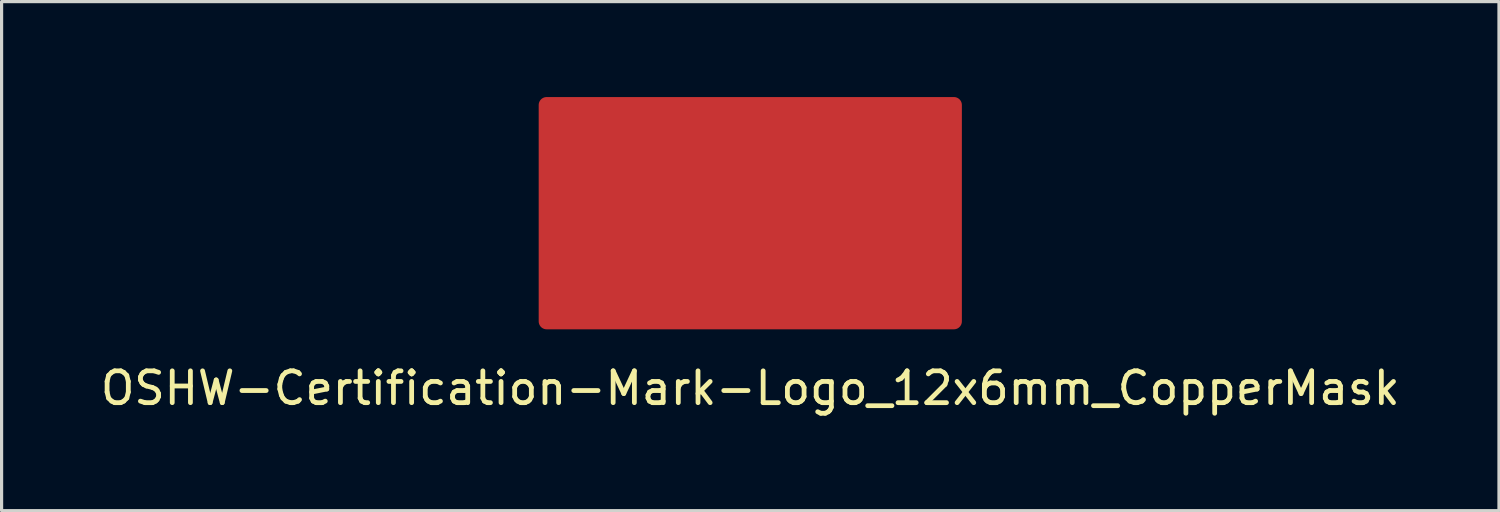
<source format=kicad_pcb>
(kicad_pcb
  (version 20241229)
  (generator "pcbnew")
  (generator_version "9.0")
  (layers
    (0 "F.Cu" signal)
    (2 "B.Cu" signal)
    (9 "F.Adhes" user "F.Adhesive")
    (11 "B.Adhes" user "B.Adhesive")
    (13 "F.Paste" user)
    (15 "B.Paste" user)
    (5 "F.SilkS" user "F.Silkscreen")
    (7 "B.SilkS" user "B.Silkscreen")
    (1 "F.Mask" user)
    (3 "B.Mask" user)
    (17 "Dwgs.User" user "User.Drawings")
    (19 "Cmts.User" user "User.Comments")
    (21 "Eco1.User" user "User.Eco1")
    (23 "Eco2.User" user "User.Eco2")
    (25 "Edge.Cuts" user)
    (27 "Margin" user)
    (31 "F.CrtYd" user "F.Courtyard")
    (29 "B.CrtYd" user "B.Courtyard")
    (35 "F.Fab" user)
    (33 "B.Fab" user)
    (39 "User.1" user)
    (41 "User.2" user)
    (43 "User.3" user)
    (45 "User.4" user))
  (footprint "OSHW-Certification-Mark-Logo_12x6mm_CopperMask"
    (layer "F.Cu")
    (at 20.53 3.45)
    (property "Reference" "OSHW-Certification-Mark-Logo_12x6mm_CopperMask" (at 0 5.7 0) (unlocked yes) (layer "F.SilkS") (effects (font (size 1 1) (thickness 0.15))))
    (attr board_only exclude_from_pos_files exclude_from_bom allow_missing_courtyard)
    (fp_rect (start -6.4 -3.2) (end 6.4 3.6) (stroke (width 0.5) (type solid)) (fill yes) (layer "F.Cu"))
    (fp_poly (pts (xy -2.783 0.429) (xy -2.783 0.429) (xy -2.783 0.429)) (stroke (width 0) (type solid)) (fill yes) (layer "F.Mask"))
    (fp_poly (pts (xy 6 3.137) (xy -6 3.137) (xy -6 -2.398) (xy -6 -2.398) (xy 3.868 -2.398) (xy 3.868 -1.91) (xy -5.512 -1.91) (xy -5.512 2.649) (xy 5.512 2.649) (xy 5.522 -2.398) (xy 6 -2.398)) (stroke (width 0) (type solid)) (fill yes) (layer "F.Mask"))
    (fp_poly (pts (xy 0.435 0.17) (xy 1.489 0.17) (xy 1.489 -0.997) (xy 1.876 -0.997) (xy 1.876 1.849) (xy 1.489 1.849) (xy 1.489 0.494) (xy 0.435 0.494) (xy 0.435 1.849) (xy 0.048 1.849) (xy 0.048 -0.997) (xy 0.435 -0.997)) (stroke (width 0) (type solid)) (fill yes) (layer "F.Mask"))
    (fp_poly (pts (xy 4.061 1.849) (xy 3.696 1.849) (xy 3.31 0.158) (xy 2.925 1.849) (xy 2.56 1.849) (xy 2.135 -0.997) (xy 2.511 -0.997) (xy 2.783 1.313) (xy 3.108 -0.215) (xy 3.51 -0.215) (xy 3.838 1.317) (xy 4.761 -3.111) (xy 5.136 -3.111)) (stroke (width 0) (type solid)) (fill yes) (layer "F.Mask"))
    (fp_poly (pts (xy -3.676 -1.047) (xy -3.619 -1.042) (xy -3.563 -1.035) (xy -3.51 -1.025) (xy -3.458 -1.012) (xy -3.409 -0.997) (xy -3.361 -0.978) (xy -3.315 -0.957) (xy -3.271 -0.932) (xy -3.23 -0.905) (xy -3.19 -0.875) (xy -3.152 -0.842) (xy -3.116 -0.807) (xy -3.081 -0.768) (xy -3.049 -0.727) (xy -3.019 -0.682) (xy -2.99 -0.635) (xy -2.963 -0.585) (xy -2.939 -0.532) (xy -2.915 -0.476) (xy -2.894 -0.416) (xy -2.875 -0.354) (xy -2.857 -0.289) (xy -2.842 -0.221) (xy -2.828 -0.151) (xy -2.816 -0.077) (xy -2.806 0.0002) (xy -2.797 0.08) (xy -2.791 0.163) (xy -2.786 0.249) (xy -2.783 0.337) (xy -2.783 0.429) (xy -2.783 0.52) (xy -2.786 0.609) (xy -2.791 0.694) (xy -2.797 0.777) (xy -2.806 0.857) (xy -2.816 0.933) (xy -2.828 1.007) (xy -2.842 1.078) (xy -2.857 1.146) (xy -2.875 1.211) (xy -2.894 1.273) (xy -2.915 1.332) (xy -2.939 1.388) (xy -2.963 1.441) (xy -2.99 1.491) (xy -3.019 1.538) (xy -3.034 1.561) (xy -3.049 1.583) (xy -3.065 1.604) (xy -3.081 1.624) (xy -3.098 1.644) (xy -3.116 1.663) (xy -3.133 1.681) (xy -3.152 1.698) (xy -3.17 1.715) (xy -3.19 1.731) (xy -3.209 1.747) (xy -3.23 1.761) (xy -3.25 1.775) (xy -3.271 1.788) (xy -3.293 1.801) (xy -3.315 1.813) (xy -3.338 1.824) (xy -3.361 1.834) (xy -3.385 1.844) (xy -3.409 1.853) (xy -3.433 1.861) (xy -3.458 1.868) (xy -3.484 1.875) (xy -3.51 1.881) (xy -3.536 1.887) (xy -3.563 1.891) (xy -3.619 1.898) (xy -3.676 1.903) (xy -3.736 1.904) (xy -3.795 1.903) (xy -3.852 1.899) (xy -3.908 1.891) (xy -3.961 1.881) (xy -4.013 1.869) (xy -4.062 1.853) (xy -4.11 1.835) (xy -4.156 1.813) (xy -4.2 1.789) (xy -4.242 1.762) (xy -4.282 1.732) (xy -4.32 1.699) (xy -4.356 1.664) (xy -4.39 1.625) (xy -4.422 1.584) (xy -4.452 1.54) (xy -4.481 1.493) (xy -4.507 1.443) (xy -4.532 1.39) (xy -4.555 1.334) (xy -4.576 1.275) (xy -4.595 1.213) (xy -4.612 1.148) (xy -4.628 1.08) (xy -4.642 1.009) (xy -4.654 0.935) (xy -4.664 0.858) (xy -4.672 0.779) (xy -4.678 0.696) (xy -4.683 0.61) (xy -4.686 0.521) (xy -4.687 0.429) (xy -4.284 0.429) (xy -4.282 0.58) (xy -4.277 0.719) (xy -4.267 0.848) (xy -4.253 0.965) (xy -4.244 1.019) (xy -4.235 1.071) (xy -4.224 1.12) (xy -4.213 1.166) (xy -4.2 1.21) (xy -4.187 1.25) (xy -4.172 1.288) (xy -4.157 1.323) (xy -4.14 1.355) (xy -4.131 1.371) (xy -4.122 1.386) (xy -4.112 1.4) (xy -4.102 1.414) (xy -4.092 1.428) (xy -4.082 1.44) (xy -4.071 1.453) (xy -4.06 1.465) (xy -4.049 1.476) (xy -4.037 1.487) (xy -4.025 1.497) (xy -4.012 1.507) (xy -4 1.516) (xy -3.987 1.524) (xy -3.973 1.533) (xy -3.96 1.54) (xy -3.946 1.547) (xy -3.931 1.554) (xy -3.917 1.56) (xy -3.902 1.565) (xy -3.887 1.57) (xy -3.871 1.575) (xy -3.855 1.579) (xy -3.839 1.582) (xy -3.823 1.585) (xy -3.806 1.587) (xy -3.789 1.589) (xy -3.771 1.591) (xy -3.736 1.592) (xy -3.7 1.591) (xy -3.665 1.587) (xy -3.631 1.582) (xy -3.599 1.575) (xy -3.568 1.566) (xy -3.539 1.554) (xy -3.51 1.541) (xy -3.483 1.525) (xy -3.458 1.507) (xy -3.433 1.487) (xy -3.41 1.465) (xy -3.389 1.441) (xy -3.368 1.415) (xy -3.349 1.387) (xy -3.331 1.357) (xy -3.314 1.325) (xy -3.299 1.29) (xy -3.284 1.252) (xy -3.27 1.211) (xy -3.258 1.168) (xy -3.246 1.122) (xy -3.235 1.073) (xy -3.226 1.021) (xy -3.217 0.966) (xy -3.21 0.909) (xy -3.203 0.849) (xy -3.197 0.786) (xy -3.193 0.72) (xy -3.189 0.651) (xy -3.187 0.58) (xy -3.185 0.506) (xy -3.185 0.429) (xy -3.187 0.278) (xy -3.193 0.138) (xy -3.203 0.009) (xy -3.217 -0.109) (xy -3.226 -0.163) (xy -3.235 -0.215) (xy -3.246 -0.264) (xy -3.258 -0.31) (xy -3.27 -0.354) (xy -3.284 -0.394) (xy -3.299 -0.432) (xy -3.314 -0.467) (xy -3.331 -0.499) (xy -3.34 -0.515) (xy -3.349 -0.53) (xy -3.358 -0.544) (xy -3.368 -0.558) (xy -3.378 -0.572) (xy -3.389 -0.584) (xy -3.399 -0.597) (xy -3.41 -0.609) (xy -3.422 -0.62) (xy -3.433 -0.631) (xy -3.445 -0.641) (xy -3.458 -0.651) (xy -3.47 -0.66) (xy -3.483 -0.668) (xy -3.497 -0.677) (xy -3.51 -0.684) (xy -3.524 -0.691) (xy -3.539 -0.698) (xy -3.553 -0.704) (xy -3.568 -0.709) (xy -3.584 -0.714) (xy -3.599 -0.719) (xy -3.615 -0.723) (xy -3.631 -0.726) (xy -3.648 -0.729) (xy -3.665 -0.731) (xy -3.682 -0.733) (xy -3.7 -0.735) (xy -3.736 -0.736) (xy -3.771 -0.735) (xy -3.806 -0.731) (xy -3.839 -0.726) (xy -3.871 -0.719) (xy -3.902 -0.709) (xy -3.931 -0.698) (xy -3.96 -0.684) (xy -3.987 -0.668) (xy -4.012 -0.651) (xy -4.037 -0.631) (xy -4.06 -0.609) (xy -4.082 -0.584) (xy -4.102 -0.558) (xy -4.122 -0.53) (xy -4.14 -0.499) (xy -4.157 -0.467) (xy -4.172 -0.432) (xy -4.187 -0.394) (xy -4.2 -0.354) (xy -4.213 -0.31) (xy -4.224 -0.264) (xy -4.235 -0.215) (xy -4.244 -0.163) (xy -4.253 -0.109) (xy -4.26 -0.051) (xy -4.267 0.009) (xy -4.272 0.072) (xy -4.277 0.138) (xy -4.28 0.206) (xy -4.282 0.278) (xy -4.284 0.352) (xy -4.284 0.429) (xy -4.687 0.429) (xy -4.686 0.337) (xy -4.683 0.249) (xy -4.678 0.163) (xy -4.672 0.08) (xy -4.664 0.0002) (xy -4.654 -0.077) (xy -4.642 -0.151) (xy -4.628 -0.221) (xy -4.612 -0.289) (xy -4.595 -0.354) (xy -4.576 -0.416) (xy -4.555 -0.476) (xy -4.532 -0.532) (xy -4.507 -0.585) (xy -4.481 -0.635) (xy -4.452 -0.682) (xy -4.437 -0.705) (xy -4.422 -0.727) (xy -4.406 -0.748) (xy -4.389 -0.768) (xy -4.372 -0.788) (xy -4.355 -0.807) (xy -4.337 -0.825) (xy -4.319 -0.842) (xy -4.3 -0.859) (xy -4.281 -0.875) (xy -4.261 -0.891) (xy -4.241 -0.905) (xy -4.22 -0.919) (xy -4.199 -0.932) (xy -4.177 -0.945) (xy -4.155 -0.957) (xy -4.132 -0.968) (xy -4.109 -0.978) (xy -4.086 -0.988) (xy -4.061 -0.997) (xy -4.037 -1.005) (xy -4.012 -1.012) (xy -3.986 -1.019) (xy -3.96 -1.025) (xy -3.907 -1.035) (xy -3.852 -1.042) (xy -3.795 -1.047) (xy -3.736 -1.048)) (stroke (width 0) (type solid)) (fill yes) (layer "F.Mask"))
    (fp_poly (pts (xy -1.317 -1.047) (xy -1.275 -1.045) (xy -1.233 -1.042) (xy -1.19 -1.038) (xy -1.147 -1.033) (xy -1.103 -1.026) (xy -1.058 -1.019) (xy -1.013 -1.01) (xy -0.968 -1) (xy -0.921 -0.989) (xy -0.875 -0.977) (xy -0.827 -0.964) (xy -0.779 -0.949) (xy -0.731 -0.934) (xy -0.682 -0.917) (xy -0.632 -0.899) (xy -0.632 -0.508) (xy -0.676 -0.536) (xy -0.72 -0.561) (xy -0.764 -0.585) (xy -0.808 -0.607) (xy -0.852 -0.627) (xy -0.896 -0.646) (xy -0.94 -0.663) (xy -0.985 -0.678) (xy -1.028 -0.691) (xy -1.073 -0.703) (xy -1.117 -0.713) (xy -1.161 -0.721) (xy -1.205 -0.727) (xy -1.25 -0.732) (xy -1.294 -0.734) (xy -1.339 -0.735) (xy -1.373 -0.735) (xy -1.405 -0.733) (xy -1.437 -0.731) (xy -1.468 -0.727) (xy -1.498 -0.723) (xy -1.527 -0.717) (xy -1.556 -0.711) (xy -1.583 -0.703) (xy -1.61 -0.695) (xy -1.635 -0.685) (xy -1.66 -0.675) (xy -1.684 -0.663) (xy -1.707 -0.651) (xy -1.729 -0.637) (xy -1.75 -0.623) (xy -1.77 -0.607) (xy -1.789 -0.591) (xy -1.807 -0.575) (xy -1.824 -0.557) (xy -1.839 -0.539) (xy -1.853 -0.52) (xy -1.866 -0.5) (xy -1.878 -0.48) (xy -1.889 -0.459) (xy -1.898 -0.438) (xy -1.906 -0.415) (xy -1.913 -0.392) (xy -1.918 -0.368) (xy -1.923 -0.344) (xy -1.926 -0.319) (xy -1.927 -0.293) (xy -1.928 -0.266) (xy -1.928 -0.243) (xy -1.926 -0.22) (xy -1.924 -0.199) (xy -1.922 -0.178) (xy -1.918 -0.157) (xy -1.914 -0.137) (xy -1.908 -0.118) (xy -1.902 -0.1) (xy -1.896 -0.082) (xy -1.888 -0.065) (xy -1.879 -0.049) (xy -1.87 -0.034) (xy -1.86 -0.019) (xy -1.849 -0.005) (xy -1.838 0.009) (xy -1.825 0.022) (xy -1.811 0.034) (xy -1.796 0.046) (xy -1.78 0.058) (xy -1.762 0.069) (xy -1.742 0.08) (xy -1.721 0.091) (xy -1.699 0.102) (xy -1.676 0.113) (xy -1.651 0.123) (xy -1.624 0.133) (xy -1.596 0.143) (xy -1.567 0.152) (xy -1.537 0.161) (xy -1.505 0.17) (xy -1.471 0.179) (xy -1.436 0.187) (xy -1.234 0.233) (xy -1.185 0.245) (xy -1.138 0.258) (xy -1.092 0.272) (xy -1.048 0.286) (xy -1.005 0.302) (xy -0.965 0.318) (xy -0.926 0.335) (xy -0.888 0.353) (xy -0.853 0.372) (xy -0.819 0.392) (xy -0.787 0.412) (xy -0.756 0.433) (xy -0.727 0.455) (xy -0.7 0.478) (xy -0.675 0.502) (xy -0.651 0.527) (xy -0.629 0.552) (xy -0.608 0.579) (xy -0.589 0.607) (xy -0.571 0.636) (xy -0.555 0.666) (xy -0.54 0.697) (xy -0.526 0.729) (xy -0.514 0.763) (xy -0.503 0.798) (xy -0.494 0.833) (xy -0.486 0.87) (xy -0.48 0.908) (xy -0.475 0.947) (xy -0.471 0.988) (xy -0.469 1.029) (xy -0.468 1.072) (xy -0.469 1.122) (xy -0.472 1.17) (xy -0.477 1.217) (xy -0.484 1.263) (xy -0.493 1.307) (xy -0.503 1.349) (xy -0.516 1.39) (xy -0.531 1.43) (xy -0.548 1.468) (xy -0.566 1.504) (xy -0.587 1.539) (xy -0.61 1.572) (xy -0.634 1.604) (xy -0.661 1.635) (xy -0.689 1.664) (xy -0.72 1.691) (xy -0.752 1.717) (xy -0.786 1.741) (xy -0.822 1.764) (xy -0.86 1.785) (xy -0.899 1.804) (xy -0.941 1.821) (xy -0.984 1.837) (xy -1.028 1.851) (xy -1.075 1.864) (xy -1.124 1.875) (xy -1.174 1.884) (xy -1.226 1.891) (xy -1.28 1.897) (xy -1.335 1.901) (xy -1.392 1.904) (xy -1.452 1.905) (xy -1.502 1.904) (xy -1.552 1.902) (xy -1.602 1.899) (xy -1.652 1.894) (xy -1.702 1.888) (xy -1.753 1.88) (xy -1.803 1.871) (xy -1.854 1.861) (xy -1.904 1.85) (xy -1.955 1.837) (xy -2.006 1.823) (xy -2.056 1.808) (xy -2.107 1.791) (xy -2.158 1.773) (xy -2.209 1.754) (xy -2.26 1.733) (xy -2.26 1.323) (xy -2.205 1.357) (xy -2.152 1.388) (xy -2.099 1.417) (xy -2.047 1.444) (xy -1.995 1.468) (xy -1.945 1.49) (xy -1.895 1.51) (xy -1.846 1.527) (xy -1.797 1.542) (xy -1.748 1.556) (xy -1.699 1.567) (xy -1.649 1.576) (xy -1.6 1.583) (xy -1.551 1.588) (xy -1.501 1.591) (xy -1.452 1.592) (xy -1.416 1.592) (xy -1.381 1.59) (xy -1.347 1.588) (xy -1.314 1.584) (xy -1.282 1.579) (xy -1.251 1.574) (xy -1.221 1.567) (xy -1.192 1.56) (xy -1.165 1.551) (xy -1.138 1.541) (xy -1.112 1.531) (xy -1.087 1.519) (xy -1.063 1.507) (xy -1.04 1.493) (xy -1.019 1.478) (xy -0.998 1.462) (xy -0.978 1.446) (xy -0.96 1.428) (xy -0.943 1.41) (xy -0.927 1.39) (xy -0.913 1.37) (xy -0.899 1.349) (xy -0.887 1.328) (xy -0.876 1.305) (xy -0.867 1.282) (xy -0.859 1.258) (xy -0.852 1.233) (xy -0.846 1.207) (xy -0.842 1.181) (xy -0.838 1.154) (xy -0.837 1.125) (xy -0.836 1.097) (xy -0.836 1.07) (xy -0.838 1.045) (xy -0.84 1.02) (xy -0.843 0.996) (xy -0.847 0.973) (xy -0.852 0.951) (xy -0.857 0.929) (xy -0.864 0.908) (xy -0.872 0.888) (xy -0.88 0.869) (xy -0.889 0.851) (xy -0.899 0.833) (xy -0.91 0.816) (xy -0.922 0.8) (xy -0.935 0.785) (xy -0.948 0.771) (xy -0.963 0.757) (xy -0.979 0.743) (xy -0.996 0.73) (xy -1.014 0.718) (xy -1.034 0.705) (xy -1.055 0.694) (xy -1.077 0.682) (xy -1.1 0.671) (xy -1.125 0.66) (xy -1.151 0.65) (xy -1.179 0.64) (xy -1.207 0.631) (xy -1.238 0.622) (xy -1.269 0.613) (xy -1.301 0.605) (xy -1.335 0.597) (xy -1.541 0.55) (xy -1.59 0.538) (xy -1.637 0.526) (xy -1.682 0.513) (xy -1.726 0.499) (xy -1.768 0.485) (xy -1.808 0.469) (xy -1.846 0.454) (xy -1.883 0.437) (xy -1.918 0.42) (xy -1.952 0.402) (xy -1.984 0.383) (xy -2.014 0.364) (xy -2.042 0.344) (xy -2.069 0.323) (xy -2.094 0.301) (xy -2.117 0.279) (xy -2.138 0.256) (xy -2.159 0.232) (xy -2.178 0.207) (xy -2.195 0.181) (xy -2.211 0.154) (xy -2.226 0.126) (xy -2.239 0.097) (xy -2.251 0.067) (xy -2.262 0.036) (xy -2.271 0.004) (xy -2.278 -0.029) (xy -2.285 -0.062) (xy -2.29 -0.097) (xy -2.293 -0.133) (xy -2.295 -0.17) (xy -2.296 -0.207) (xy -2.295 -0.254) (xy -2.292 -0.3) (xy -2.287 -0.345) (xy -2.28 -0.388) (xy -2.271 -0.431) (xy -2.26 -0.472) (xy -2.247 -0.512) (xy -2.232 -0.55) (xy -2.215 -0.588) (xy -2.196 -0.624) (xy -2.175 -0.659) (xy -2.152 -0.693) (xy -2.127 -0.726) (xy -2.1 -0.758) (xy -2.071 -0.788) (xy -2.041 -0.817) (xy -2.008 -0.845) (xy -1.974 -0.871) (xy -1.938 -0.895) (xy -1.901 -0.918) (xy -1.863 -0.939) (xy -1.824 -0.958) (xy -1.783 -0.975) (xy -1.741 -0.99) (xy -1.698 -1.004) (xy -1.653 -1.015) (xy -1.607 -1.025) (xy -1.56 -1.033) (xy -1.512 -1.04) (xy -1.462 -1.044) (xy -1.411 -1.047) (xy -1.358 -1.048)) (stroke (width 0) (type solid)) (fill yes) (layer "F.Mask")))
  (gr_rect
    (start -3 -3)
    (end 44.06 12.998)
    (stroke (width 0.1) (type default))
    (fill no)
    (layer "Edge.Cuts")))
</source>
